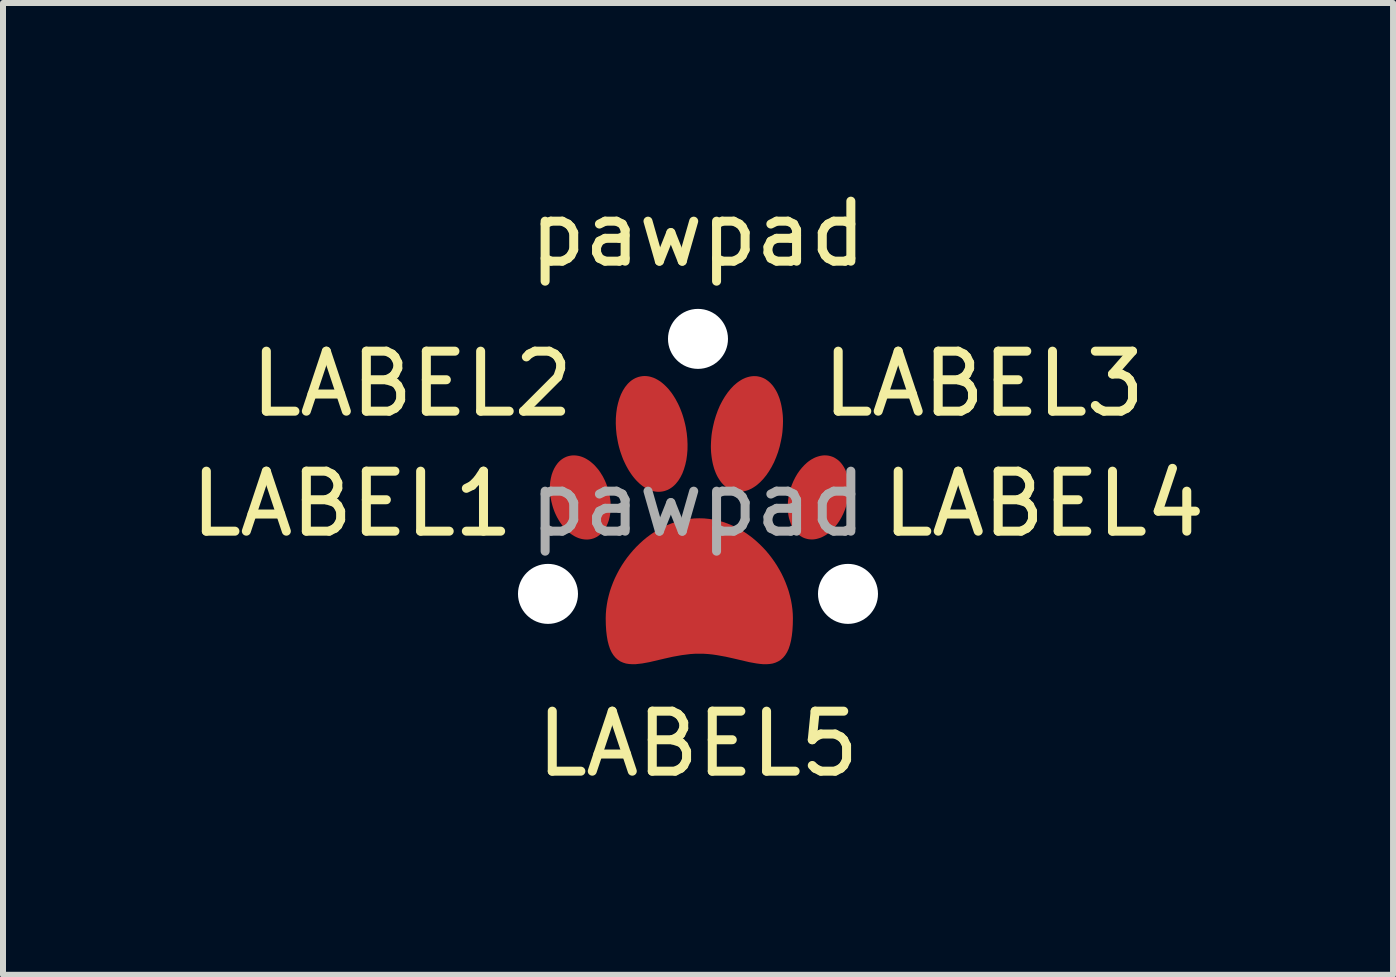
<source format=kicad_pcb>
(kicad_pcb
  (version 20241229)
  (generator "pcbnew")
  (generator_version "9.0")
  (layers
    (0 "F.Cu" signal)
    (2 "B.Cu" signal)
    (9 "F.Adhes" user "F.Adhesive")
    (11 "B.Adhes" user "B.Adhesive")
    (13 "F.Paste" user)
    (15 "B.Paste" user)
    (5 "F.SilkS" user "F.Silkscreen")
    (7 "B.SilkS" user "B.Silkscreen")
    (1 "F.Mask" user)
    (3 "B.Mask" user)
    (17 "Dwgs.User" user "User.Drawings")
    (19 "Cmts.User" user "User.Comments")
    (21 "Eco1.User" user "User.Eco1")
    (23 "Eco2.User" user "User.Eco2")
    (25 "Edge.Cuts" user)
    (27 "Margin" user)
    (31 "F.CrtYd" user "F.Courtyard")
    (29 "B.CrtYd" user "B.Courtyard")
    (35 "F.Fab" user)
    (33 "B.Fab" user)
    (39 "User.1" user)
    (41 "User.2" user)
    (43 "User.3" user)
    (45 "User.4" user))
  (footprint "pawpad"
    (layer "F.Cu")
    (at 8.583 5.348)
    (property "Reference" "pawpad" (at 0 -4.5 0) (unlocked yes) (layer "F.SilkS") (effects (font (size 1 1) (thickness 0.15))))
    (attr smd)
    (fp_text user "LABEL5" (at 0 4 0) (unlocked yes) (layer "F.SilkS") (effects (font (size 1 1) (thickness 0.15))))
    (fp_text user "LABEL4" (at 3 0 0) (unlocked yes) (layer "F.SilkS") (effects (font (size 1 1) (thickness 0.15)) (justify left)))
    (fp_text user "LABEL1" (at -3 0 0) (unlocked yes) (layer "F.SilkS") (effects (font (size 1 1) (thickness 0.15)) (justify right)))
    (fp_text user "LABEL3" (at 2 -2 0) (unlocked yes) (layer "F.SilkS") (effects (font (size 1 1) (thickness 0.15)) (justify left)))
    (fp_text user "LABEL2" (at -2 -2 0) (unlocked yes) (layer "F.SilkS") (effects (font (size 1 1) (thickness 0.15)) (justify right)))
    (fp_text user "${REFERENCE}" (at 0 0 0) (unlocked yes) (layer "F.Fab") (effects (font (size 1 1) (thickness 0.15))))
    (pad "" np_thru_hole circle (at -2.5 1.5 90) (size 1 1) (drill 1) (layers "*.Cu" "*.Mask"))
    (pad "" np_thru_hole circle (at 0 -2.75 90) (size 1 1) (drill 1) (layers "*.Cu" "*.Mask"))
    (pad "" np_thru_hole circle (at 2.5 1.5 90) (size 1 1) (drill 1) (layers "*.Cu" "*.Mask"))
    (pad "1" smd custom (at -1.962 -0.107) (size 0.1 0.1) (layers "F.Cu" "F.Mask") (options (anchor circle)) (primitives (gr_poly (pts (xy -0.078 -0.65) (xy -0.056 -0.647) (xy -0.034 -0.643) (xy -0.011 -0.637) (xy 0.011 -0.63) (xy 0.033 -0.621) (xy 0.055 -0.611) (xy 0.077 -0.599) (xy 0.098 -0.586) (xy 0.12 -0.572) (xy 0.141 -0.556) (xy 0.161 -0.539) (xy 0.182 -0.521) (xy 0.202 -0.502) (xy 0.221 -0.481) (xy 0.24 -0.459) (xy 0.259 -0.437) (xy 0.277 -0.413) (xy 0.294 -0.388) (xy 0.31 -0.362) (xy 0.327 -0.335) (xy 0.342 -0.307) (xy 0.356 -0.279) (xy 0.37 -0.249) (xy 0.383 -0.219) (xy 0.395 -0.187) (xy 0.406 -0.155) (xy 0.416 -0.122) (xy 0.434 -0.056) (xy 0.446 0.009) (xy 0.454 0.073) (xy 0.457 0.136) (xy 0.456 0.197) (xy 0.451 0.256) (xy 0.441 0.312) (xy 0.428 0.366) (xy 0.41 0.416) (xy 0.389 0.462) (xy 0.364 0.504) (xy 0.35 0.523) (xy 0.336 0.542) (xy 0.32 0.559) (xy 0.304 0.575) (xy 0.286 0.589) (xy 0.269 0.602) (xy 0.25 0.614) (xy 0.23 0.624) (xy 0.21 0.633) (xy 0.188 0.64) (xy 0.167 0.645) (xy 0.145 0.649) (xy 0.123 0.651) (xy 0.101 0.651) (xy 0.078 0.65) (xy 0.056 0.647) (xy 0.034 0.643) (xy 0.011 0.637) (xy -0.011 0.63) (xy -0.033 0.621) (xy -0.055 0.611) (xy -0.077 0.599) (xy -0.098 0.586) (xy -0.12 0.572) (xy -0.141 0.556) (xy -0.161 0.539) (xy -0.182 0.521) (xy -0.202 0.502) (xy -0.221 0.481) (xy -0.24 0.459) (xy -0.259 0.437) (xy -0.276 0.413) (xy -0.294 0.388) (xy -0.31 0.362) (xy -0.326 0.335) (xy -0.342 0.307) (xy -0.356 0.279) (xy -0.37 0.249) (xy -0.383 0.219) (xy -0.395 0.187) (xy -0.406 0.155) (xy -0.416 0.122) (xy -0.433 0.056) (xy -0.446 -0.009) (xy -0.454 -0.073) (xy -0.457 -0.136) (xy -0.456 -0.197) (xy -0.451 -0.256) (xy -0.441 -0.312) (xy -0.428 -0.366) (xy -0.41 -0.416) (xy -0.389 -0.462) (xy -0.364 -0.504) (xy -0.35 -0.523) (xy -0.336 -0.542) (xy -0.32 -0.559) (xy -0.304 -0.575) (xy -0.287 -0.589) (xy -0.269 -0.602) (xy -0.25 -0.614) (xy -0.23 -0.624) (xy -0.21 -0.633) (xy -0.188 -0.64) (xy -0.167 -0.645) (xy -0.145 -0.649) (xy -0.123 -0.651) (xy -0.101 -0.651)) (width 0.1) (fill yes))))
    (pad "2" smd custom (at -0.772 -1.166) (size 0.1 0.1) (layers "F.Cu" "F.Mask") (options (anchor circle)) (primitives (gr_poly (pts (xy -0.094 -0.914) (xy -0.067 -0.911) (xy -0.04 -0.906) (xy -0.013 -0.898) (xy 0.014 -0.889) (xy 0.041 -0.877) (xy 0.067 -0.863) (xy 0.094 -0.847) (xy 0.12 -0.83) (xy 0.145 -0.81) (xy 0.171 -0.788) (xy 0.195 -0.765) (xy 0.22 -0.74) (xy 0.244 -0.714) (xy 0.267 -0.685) (xy 0.29 -0.656) (xy 0.312 -0.624) (xy 0.333 -0.591) (xy 0.354 -0.557) (xy 0.373 -0.521) (xy 0.393 -0.484) (xy 0.411 -0.446) (xy 0.428 -0.407) (xy 0.444 -0.366) (xy 0.46 -0.324) (xy 0.474 -0.281) (xy 0.487 -0.237) (xy 0.499 -0.192) (xy 0.51 -0.147) (xy 0.52 -0.1) (xy 0.535 -0.007) (xy 0.544 0.085) (xy 0.548 0.175) (xy 0.547 0.262) (xy 0.54 0.345) (xy 0.529 0.425) (xy 0.512 0.501) (xy 0.491 0.572) (xy 0.466 0.638) (xy 0.436 0.698) (xy 0.402 0.752) (xy 0.364 0.799) (xy 0.343 0.82) (xy 0.322 0.839) (xy 0.299 0.856) (xy 0.276 0.871) (xy 0.252 0.884) (xy 0.227 0.894) (xy 0.202 0.903) (xy 0.175 0.909) (xy 0.148 0.913) (xy 0.121 0.915) (xy 0.094 0.914) (xy 0.067 0.911) (xy 0.04 0.906) (xy 0.013 0.898) (xy -0.014 0.888) (xy -0.041 0.877) (xy -0.067 0.863) (xy -0.094 0.847) (xy -0.12 0.83) (xy -0.145 0.81) (xy -0.171 0.788) (xy -0.195 0.765) (xy -0.22 0.74) (xy -0.243 0.714) (xy -0.267 0.685) (xy -0.289 0.656) (xy -0.311 0.624) (xy -0.333 0.591) (xy -0.353 0.557) (xy -0.373 0.521) (xy -0.392 0.484) (xy -0.41 0.446) (xy -0.428 0.407) (xy -0.444 0.366) (xy -0.459 0.324) (xy -0.474 0.281) (xy -0.487 0.237) (xy -0.499 0.193) (xy -0.51 0.147) (xy -0.519 0.1) (xy -0.535 0.007) (xy -0.544 -0.085) (xy -0.548 -0.175) (xy -0.547 -0.262) (xy -0.54 -0.345) (xy -0.529 -0.425) (xy -0.512 -0.501) (xy -0.491 -0.572) (xy -0.466 -0.638) (xy -0.436 -0.698) (xy -0.402 -0.752) (xy -0.364 -0.799) (xy -0.343 -0.82) (xy -0.322 -0.839) (xy -0.3 -0.856) (xy -0.276 -0.871) (xy -0.252 -0.884) (xy -0.228 -0.894) (xy -0.202 -0.903) (xy -0.175 -0.909) (xy -0.148 -0.913) (xy -0.121 -0.915)) (width 0.1) (fill yes))))
    (pad "3" smd custom (at 0.816 -1.166) (size 0.1 0.1) (layers "F.Cu" "F.Mask") (options (anchor circle)) (primitives (gr_poly (pts (xy 0.158 -0.912) (xy 0.185 -0.907) (xy 0.212 -0.901) (xy 0.237 -0.892) (xy 0.262 -0.881) (xy 0.286 -0.868) (xy 0.309 -0.852) (xy 0.331 -0.835) (xy 0.352 -0.816) (xy 0.372 -0.795) (xy 0.392 -0.772) (xy 0.41 -0.747) (xy 0.427 -0.721) (xy 0.444 -0.693) (xy 0.459 -0.664) (xy 0.473 -0.633) (xy 0.486 -0.6) (xy 0.498 -0.567) (xy 0.508 -0.532) (xy 0.518 -0.495) (xy 0.526 -0.458) (xy 0.533 -0.419) (xy 0.539 -0.38) (xy 0.544 -0.339) (xy 0.548 -0.298) (xy 0.55 -0.256) (xy 0.551 -0.212) (xy 0.55 -0.169) (xy 0.548 -0.124) (xy 0.545 -0.079) (xy 0.541 -0.033) (xy 0.535 0.013) (xy 0.527 0.059) (xy 0.518 0.106) (xy 0.497 0.198) (xy 0.471 0.287) (xy 0.44 0.371) (xy 0.406 0.451) (xy 0.367 0.526) (xy 0.326 0.595) (xy 0.282 0.659) (xy 0.235 0.717) (xy 0.187 0.767) (xy 0.136 0.812) (xy 0.11 0.831) (xy 0.084 0.848) (xy 0.058 0.864) (xy 0.031 0.877) (xy 0.004 0.889) (xy -0.023 0.898) (xy -0.05 0.905) (xy -0.077 0.91) (xy -0.104 0.913) (xy -0.131 0.913) (xy -0.158 0.912) (xy -0.185 0.907) (xy -0.212 0.901) (xy -0.237 0.892) (xy -0.262 0.881) (xy -0.286 0.868) (xy -0.309 0.852) (xy -0.331 0.835) (xy -0.352 0.816) (xy -0.372 0.795) (xy -0.392 0.772) (xy -0.41 0.747) (xy -0.427 0.721) (xy -0.444 0.693) (xy -0.459 0.664) (xy -0.473 0.633) (xy -0.486 0.6) (xy -0.498 0.567) (xy -0.508 0.532) (xy -0.518 0.495) (xy -0.526 0.458) (xy -0.533 0.419) (xy -0.539 0.38) (xy -0.544 0.339) (xy -0.548 0.298) (xy -0.55 0.256) (xy -0.551 0.212) (xy -0.55 0.169) (xy -0.548 0.124) (xy -0.545 0.079) (xy -0.541 0.033) (xy -0.535 -0.013) (xy -0.527 -0.059) (xy -0.518 -0.106) (xy -0.497 -0.198) (xy -0.47 -0.287) (xy -0.44 -0.371) (xy -0.406 -0.451) (xy -0.367 -0.526) (xy -0.326 -0.595) (xy -0.282 -0.659) (xy -0.235 -0.717) (xy -0.187 -0.768) (xy -0.136 -0.812) (xy -0.11 -0.831) (xy -0.084 -0.848) (xy -0.058 -0.864) (xy -0.031 -0.877) (xy -0.004 -0.889) (xy 0.023 -0.898) (xy 0.05 -0.905) (xy 0.077 -0.91) (xy 0.104 -0.913) (xy 0.131 -0.913)) (width 0.1) (fill yes))))
    (pad "4" smd custom (at 2.006 -0.108) (size 0.1 0.1) (layers "F.Cu" "F.Mask") (options (anchor circle)) (primitives (gr_poly (pts (xy 0.129 -0.65) (xy 0.151 -0.648) (xy 0.173 -0.644) (xy 0.195 -0.638) (xy 0.216 -0.631) (xy 0.237 -0.622) (xy 0.256 -0.611) (xy 0.275 -0.599) (xy 0.293 -0.586) (xy 0.31 -0.572) (xy 0.327 -0.555) (xy 0.342 -0.538) (xy 0.356 -0.52) (xy 0.37 -0.5) (xy 0.383 -0.48) (xy 0.395 -0.458) (xy 0.406 -0.435) (xy 0.415 -0.411) (xy 0.424 -0.387) (xy 0.432 -0.361) (xy 0.44 -0.335) (xy 0.446 -0.308) (xy 0.451 -0.28) (xy 0.455 -0.251) (xy 0.457 -0.222) (xy 0.459 -0.192) (xy 0.46 -0.162) (xy 0.46 -0.131) (xy 0.458 -0.1) (xy 0.456 -0.068) (xy 0.452 -0.036) (xy 0.447 -0.004) (xy 0.442 0.029) (xy 0.434 0.061) (xy 0.426 0.094) (xy 0.417 0.127) (xy 0.395 0.192) (xy 0.369 0.253) (xy 0.34 0.311) (xy 0.308 0.366) (xy 0.273 0.416) (xy 0.236 0.462) (xy 0.197 0.504) (xy 0.157 0.541) (xy 0.136 0.558) (xy 0.115 0.573) (xy 0.093 0.588) (xy 0.071 0.6) (xy 0.049 0.612) (xy 0.027 0.622) (xy 0.005 0.63) (xy -0.018 0.637) (xy -0.04 0.643) (xy -0.062 0.647) (xy -0.085 0.65) (xy -0.107 0.651) (xy -0.129 0.65) (xy -0.151 0.648) (xy -0.173 0.644) (xy -0.195 0.638) (xy -0.216 0.631) (xy -0.237 0.622) (xy -0.256 0.611) (xy -0.275 0.599) (xy -0.293 0.586) (xy -0.31 0.572) (xy -0.327 0.555) (xy -0.342 0.538) (xy -0.356 0.52) (xy -0.37 0.5) (xy -0.383 0.48) (xy -0.395 0.458) (xy -0.406 0.435) (xy -0.416 0.411) (xy -0.424 0.387) (xy -0.432 0.361) (xy -0.44 0.335) (xy -0.446 0.308) (xy -0.451 0.28) (xy -0.455 0.251) (xy -0.457 0.222) (xy -0.459 0.192) (xy -0.46 0.162) (xy -0.46 0.131) (xy -0.458 0.1) (xy -0.456 0.068) (xy -0.452 0.036) (xy -0.447 0.004) (xy -0.442 -0.029) (xy -0.434 -0.061) (xy -0.426 -0.094) (xy -0.417 -0.127) (xy -0.395 -0.192) (xy -0.369 -0.253) (xy -0.34 -0.311) (xy -0.308 -0.366) (xy -0.273 -0.416) (xy -0.236 -0.462) (xy -0.197 -0.504) (xy -0.157 -0.541) (xy -0.136 -0.558) (xy -0.115 -0.573) (xy -0.093 -0.588) (xy -0.071 -0.6) (xy -0.049 -0.612) (xy -0.027 -0.622) (xy -0.005 -0.63) (xy 0.018 -0.637) (xy 0.04 -0.643) (xy 0.062 -0.647) (xy 0.085 -0.65) (xy 0.107 -0.651)) (width 0.1) (fill yes))))
    (pad "5" smd custom (at 0.033 1.584) (size 0.1 0.1) (layers "F.Cu" "F.Mask") (options (anchor circle)) (primitives (gr_poly (pts (xy 0.067 -1.292) (xy 0.143 -1.284) (xy 0.219 -1.273) (xy 0.293 -1.256) (xy 0.366 -1.236) (xy 0.438 -1.211) (xy 0.508 -1.183) (xy 0.577 -1.15) (xy 0.644 -1.114) (xy 0.709 -1.075) (xy 0.772 -1.032) (xy 0.833 -0.987) (xy 0.892 -0.938) (xy 0.949 -0.886) (xy 1.004 -0.832) (xy 1.057 -0.776) (xy 1.107 -0.717) (xy 1.154 -0.656) (xy 1.199 -0.593) (xy 1.241 -0.529) (xy 1.28 -0.463) (xy 1.317 -0.395) (xy 1.35 -0.326) (xy 1.38 -0.256) (xy 1.407 -0.185) (xy 1.431 -0.114) (xy 1.451 -0.041) (xy 1.468 0.031) (xy 1.481 0.104) (xy 1.491 0.177) (xy 1.497 0.251) (xy 1.499 0.323) (xy 1.497 0.429) (xy 1.491 0.525) (xy 1.481 0.611) (xy 1.468 0.687) (xy 1.451 0.754) (xy 1.431 0.814) (xy 1.407 0.865) (xy 1.38 0.908) (xy 1.35 0.944) (xy 1.317 0.974) (xy 1.28 0.997) (xy 1.241 1.015) (xy 1.199 1.028) (xy 1.154 1.035) (xy 1.107 1.038) (xy 1.057 1.038) (xy 1.004 1.033) (xy 0.95 1.026) (xy 0.833 1.005) (xy 0.577 0.945) (xy 0.438 0.914) (xy 0.293 0.888) (xy 0.219 0.877) (xy 0.143 0.869) (xy 0.067 0.864) (xy -0.011 0.863) (xy -0.089 0.864) (xy -0.165 0.869) (xy -0.315 0.888) (xy -0.46 0.914) (xy -0.599 0.945) (xy -0.855 1.005) (xy -0.971 1.026) (xy -1.078 1.038) (xy -1.128 1.038) (xy -1.176 1.035) (xy -1.221 1.028) (xy -1.263 1.015) (xy -1.302 0.998) (xy -1.338 0.974) (xy -1.372 0.944) (xy -1.402 0.908) (xy -1.429 0.865) (xy -1.453 0.814) (xy -1.473 0.754) (xy -1.49 0.687) (xy -1.503 0.611) (xy -1.513 0.525) (xy -1.519 0.429) (xy -1.521 0.323) (xy -1.519 0.251) (xy -1.513 0.177) (xy -1.503 0.104) (xy -1.49 0.031) (xy -1.473 -0.041) (xy -1.453 -0.114) (xy -1.429 -0.185) (xy -1.402 -0.256) (xy -1.372 -0.326) (xy -1.338 -0.395) (xy -1.302 -0.463) (xy -1.263 -0.529) (xy -1.221 -0.593) (xy -1.176 -0.656) (xy -1.128 -0.717) (xy -1.078 -0.776) (xy -1.026 -0.832) (xy -0.971 -0.886) (xy -0.914 -0.938) (xy -0.855 -0.987) (xy -0.794 -1.032) (xy -0.731 -1.075) (xy -0.665 -1.114) (xy -0.599 -1.15) (xy -0.53 -1.183) (xy -0.46 -1.211) (xy -0.388 -1.236) (xy -0.315 -1.256) (xy -0.241 -1.273) (xy -0.165 -1.284) (xy -0.089 -1.292) (xy -0.011 -1.294)) (width 0.1) (fill yes)))))
  (gr_rect
    (start -3 -3)
    (end 20.167 13.197)
    (stroke (width 0.1) (type default))
    (fill no)
    (layer "Edge.Cuts")))
</source>
